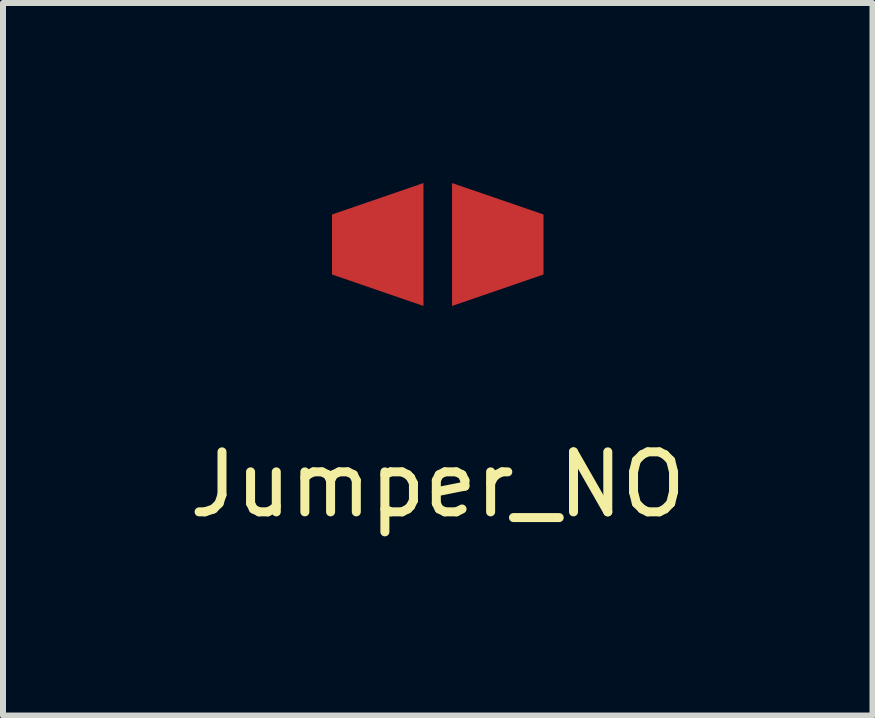
<source format=kicad_pcb>
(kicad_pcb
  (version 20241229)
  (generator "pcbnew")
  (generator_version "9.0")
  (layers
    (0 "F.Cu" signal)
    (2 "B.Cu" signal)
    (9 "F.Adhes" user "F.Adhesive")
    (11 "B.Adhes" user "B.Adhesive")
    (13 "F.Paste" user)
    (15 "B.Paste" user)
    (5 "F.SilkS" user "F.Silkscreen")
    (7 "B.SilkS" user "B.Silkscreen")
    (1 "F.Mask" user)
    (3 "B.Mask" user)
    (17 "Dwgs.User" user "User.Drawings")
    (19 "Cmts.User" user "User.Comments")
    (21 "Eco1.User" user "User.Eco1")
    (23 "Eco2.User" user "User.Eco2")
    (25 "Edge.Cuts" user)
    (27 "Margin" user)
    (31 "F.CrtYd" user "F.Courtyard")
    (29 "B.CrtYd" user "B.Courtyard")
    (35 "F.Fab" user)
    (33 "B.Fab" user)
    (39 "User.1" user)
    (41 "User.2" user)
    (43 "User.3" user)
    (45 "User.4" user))
  (footprint "Jumper_NO"
    (layer "F.Cu")
    (at 4.244 1.024)
    (property "Reference" "Jumper_NO" (at 0 4 0) (layer "F.SilkS") (effects (font (size 1 1) (thickness 0.15))))
    (attr through_hole)
    (pad "1" smd trapezoid (at -1 0 180) (size 1.524 1.524) (rect_delta 0.524 0) (layers "F.Cu" "F.Mask" "F.Paste"))
    (pad "2" smd trapezoid (at 1 0) (size 1.524 1.524) (rect_delta 0.524 0) (layers "F.Cu" "F.Mask" "F.Paste")))
  (gr_rect
    (start -3 -3)
    (end 11.488 8.872)
    (stroke (width 0.1) (type default))
    (fill no)
    (layer "Edge.Cuts")))
</source>
